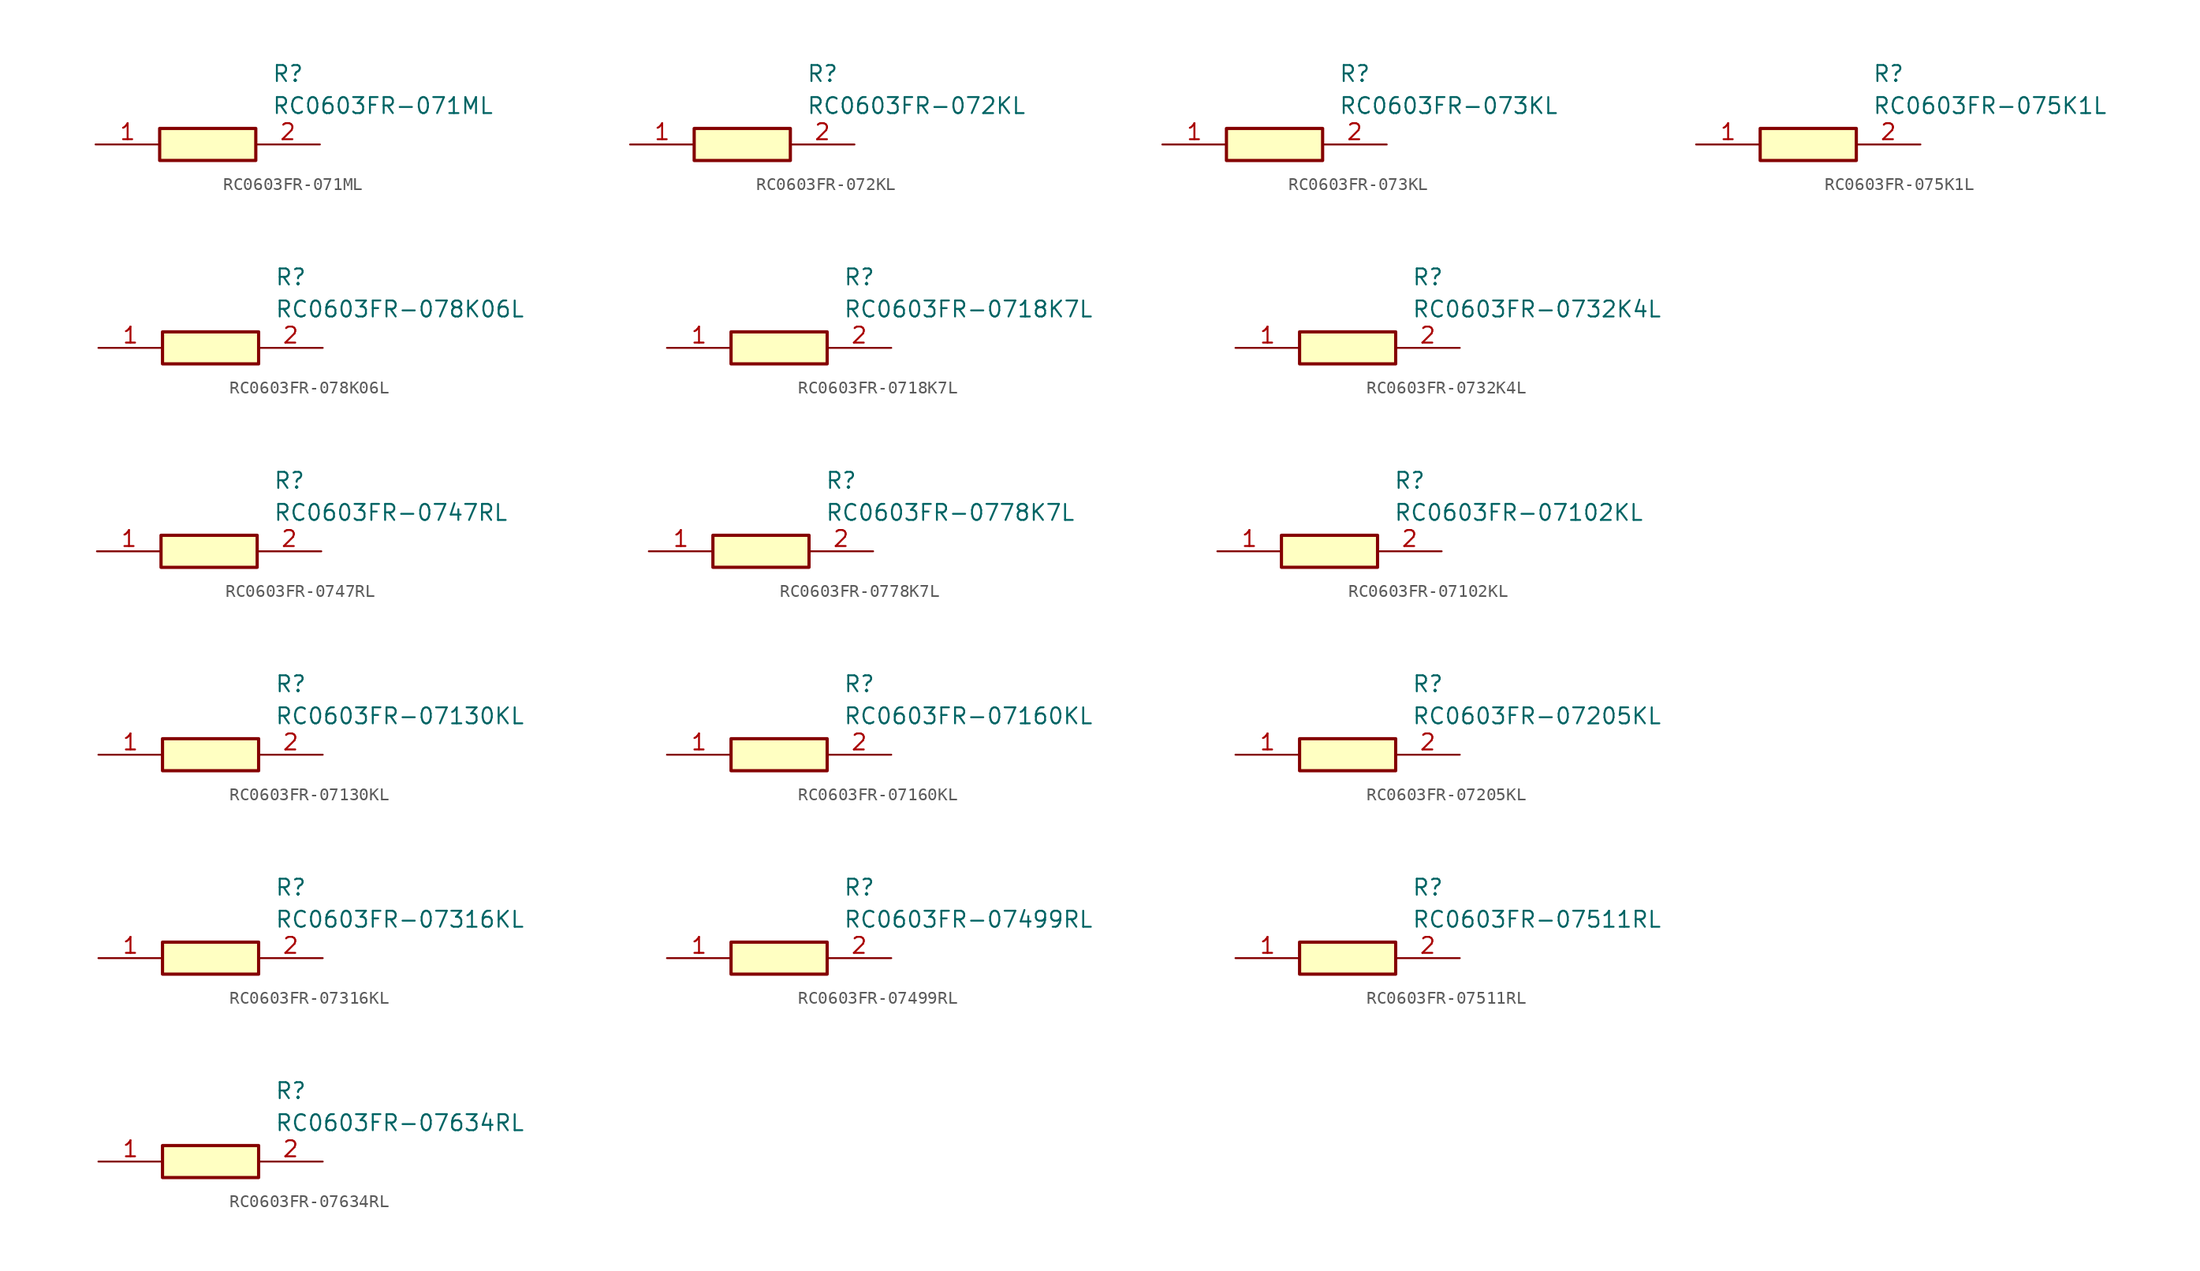
<source format=kicad_sym>
(kicad_symbol_lib
  (version 20231120)
  (generator "kicad_symbol_editor")
  (generator_version "8.0")
  (symbol "RC0603FR-071ML"
    (pin_names hide)
    (property "Reference" "R"
      (at 13.97 6.35 0)
      (effects (font (size 1.27 1.27)) (justify left top)))
    (property "Value" "RC0603FR-071ML"
      (at 13.97 3.81 0)
      (effects (font (size 1.27 1.27)) (justify left top)))
    (symbol "RC0603FR-071ML_1_1"
      (rectangle (start 5.08 1.27) (end 12.7 -1.27) (stroke (width 0.254) (type default)) (fill (type background)))
      (pin passive line (at 0 0 0) (length 5.08) (name "1" (effects (font (size 1.27 1.27)))) (number "1" (effects (font (size 1.27 1.27)))))
      (pin passive line (at 17.78 0 180) (length 5.08) (name "2" (effects (font (size 1.27 1.27)))) (number "2" (effects (font (size 1.27 1.27)))))))
  (symbol "RC0603FR-072KL"
    (pin_names hide)
    (property "Reference" "R"
      (at 13.97 6.35 0)
      (effects (font (size 1.27 1.27)) (justify left top)))
    (property "Value" "RC0603FR-072KL"
      (at 13.97 3.81 0)
      (effects (font (size 1.27 1.27)) (justify left top)))
    (symbol "RC0603FR-072KL_1_1"
      (rectangle (start 5.08 1.27) (end 12.7 -1.27) (stroke (width 0.254) (type default)) (fill (type background)))
      (pin passive line (at 0 0 0) (length 5.08) (name "1" (effects (font (size 1.27 1.27)))) (number "1" (effects (font (size 1.27 1.27)))))
      (pin passive line (at 17.78 0 180) (length 5.08) (name "2" (effects (font (size 1.27 1.27)))) (number "2" (effects (font (size 1.27 1.27)))))))
  (symbol "RC0603FR-073KL"
    (pin_names hide)
    (property "Reference" "R"
      (at 13.97 6.35 0)
      (effects (font (size 1.27 1.27)) (justify left top)))
    (property "Value" "RC0603FR-073KL"
      (at 13.97 3.81 0)
      (effects (font (size 1.27 1.27)) (justify left top)))
    (symbol "RC0603FR-073KL_1_1"
      (rectangle (start 5.08 1.27) (end 12.7 -1.27) (stroke (width 0.254) (type default)) (fill (type background)))
      (pin passive line (at 0 0 0) (length 5.08) (name "1" (effects (font (size 1.27 1.27)))) (number "1" (effects (font (size 1.27 1.27)))))
      (pin passive line (at 17.78 0 180) (length 5.08) (name "2" (effects (font (size 1.27 1.27)))) (number "2" (effects (font (size 1.27 1.27)))))))
  (symbol "RC0603FR-075K1L"
    (pin_names hide)
    (property "Reference" "R"
      (at 13.97 6.35 0)
      (effects (font (size 1.27 1.27)) (justify left top)))
    (property "Value" "RC0603FR-075K1L"
      (at 13.97 3.81 0)
      (effects (font (size 1.27 1.27)) (justify left top)))
    (symbol "RC0603FR-075K1L_1_1"
      (rectangle (start 5.08 1.27) (end 12.7 -1.27) (stroke (width 0.254) (type default)) (fill (type background)))
      (pin passive line (at 0 0 0) (length 5.08) (name "1" (effects (font (size 1.27 1.27)))) (number "1" (effects (font (size 1.27 1.27)))))
      (pin passive line (at 17.78 0 180) (length 5.08) (name "2" (effects (font (size 1.27 1.27)))) (number "2" (effects (font (size 1.27 1.27)))))))
  (symbol "RC0603FR-078K06L"
    (pin_names hide)
    (property "Reference" "R"
      (at 13.97 6.35 0)
      (effects (font (size 1.27 1.27)) (justify left top)))
    (property "Value" "RC0603FR-078K06L"
      (at 13.97 3.81 0)
      (effects (font (size 1.27 1.27)) (justify left top)))
    (symbol "RC0603FR-078K06L_1_1"
      (rectangle (start 5.08 1.27) (end 12.7 -1.27) (stroke (width 0.254) (type default)) (fill (type background)))
      (pin passive line (at 0 0 0) (length 5.08) (name "1" (effects (font (size 1.27 1.27)))) (number "1" (effects (font (size 1.27 1.27)))))
      (pin passive line (at 17.78 0 180) (length 5.08) (name "2" (effects (font (size 1.27 1.27)))) (number "2" (effects (font (size 1.27 1.27)))))))
  (symbol "RC0603FR-0718K7L"
    (pin_names hide)
    (property "Reference" "R"
      (at 13.97 6.35 0)
      (effects (font (size 1.27 1.27)) (justify left top)))
    (property "Value" "RC0603FR-0718K7L"
      (at 13.97 3.81 0)
      (effects (font (size 1.27 1.27)) (justify left top)))
    (symbol "RC0603FR-0718K7L_1_1"
      (rectangle (start 5.08 1.27) (end 12.7 -1.27) (stroke (width 0.254) (type default)) (fill (type background)))
      (pin passive line (at 0 0 0) (length 5.08) (name "1" (effects (font (size 1.27 1.27)))) (number "1" (effects (font (size 1.27 1.27)))))
      (pin passive line (at 17.78 0 180) (length 5.08) (name "2" (effects (font (size 1.27 1.27)))) (number "2" (effects (font (size 1.27 1.27)))))))
  (symbol "RC0603FR-0732K4L"
    (pin_names hide)
    (property "Reference" "R"
      (at 13.97 6.35 0)
      (effects (font (size 1.27 1.27)) (justify left top)))
    (property "Value" "RC0603FR-0732K4L"
      (at 13.97 3.81 0)
      (effects (font (size 1.27 1.27)) (justify left top)))
    (symbol "RC0603FR-0732K4L_1_1"
      (rectangle (start 5.08 1.27) (end 12.7 -1.27) (stroke (width 0.254) (type default)) (fill (type background)))
      (pin passive line (at 0 0 0) (length 5.08) (name "1" (effects (font (size 1.27 1.27)))) (number "1" (effects (font (size 1.27 1.27)))))
      (pin passive line (at 17.78 0 180) (length 5.08) (name "2" (effects (font (size 1.27 1.27)))) (number "2" (effects (font (size 1.27 1.27)))))))
  (symbol "RC0603FR-0747RL"
    (pin_names hide)
    (property "Reference" "R"
      (at 13.97 6.35 0)
      (effects (font (size 1.27 1.27)) (justify left top)))
    (property "Value" "RC0603FR-0747RL"
      (at 13.97 3.81 0)
      (effects (font (size 1.27 1.27)) (justify left top)))
    (symbol "RC0603FR-0747RL_1_1"
      (rectangle (start 5.08 1.27) (end 12.7 -1.27) (stroke (width 0.254) (type default)) (fill (type background)))
      (pin passive line (at 0 0 0) (length 5.08) (name "1" (effects (font (size 1.27 1.27)))) (number "1" (effects (font (size 1.27 1.27)))))
      (pin passive line (at 17.78 0 180) (length 5.08) (name "2" (effects (font (size 1.27 1.27)))) (number "2" (effects (font (size 1.27 1.27)))))))
  (symbol "RC0603FR-0778K7L"
    (pin_names hide)
    (property "Reference" "R"
      (at 13.97 6.35 0)
      (effects (font (size 1.27 1.27)) (justify left top)))
    (property "Value" "RC0603FR-0778K7L"
      (at 13.97 3.81 0)
      (effects (font (size 1.27 1.27)) (justify left top)))
    (symbol "RC0603FR-0778K7L_1_1"
      (rectangle (start 5.08 1.27) (end 12.7 -1.27) (stroke (width 0.254) (type default)) (fill (type background)))
      (pin passive line (at 0 0 0) (length 5.08) (name "1" (effects (font (size 1.27 1.27)))) (number "1" (effects (font (size 1.27 1.27)))))
      (pin passive line (at 17.78 0 180) (length 5.08) (name "2" (effects (font (size 1.27 1.27)))) (number "2" (effects (font (size 1.27 1.27)))))))
  (symbol "RC0603FR-07102KL"
    (pin_names hide)
    (property "Reference" "R"
      (at 13.97 6.35 0)
      (effects (font (size 1.27 1.27)) (justify left top)))
    (property "Value" "RC0603FR-07102KL"
      (at 13.97 3.81 0)
      (effects (font (size 1.27 1.27)) (justify left top)))
    (symbol "RC0603FR-07102KL_1_1"
      (rectangle (start 5.08 1.27) (end 12.7 -1.27) (stroke (width 0.254) (type default)) (fill (type background)))
      (pin passive line (at 0 0 0) (length 5.08) (name "1" (effects (font (size 1.27 1.27)))) (number "1" (effects (font (size 1.27 1.27)))))
      (pin passive line (at 17.78 0 180) (length 5.08) (name "2" (effects (font (size 1.27 1.27)))) (number "2" (effects (font (size 1.27 1.27)))))))
  (symbol "RC0603FR-07130KL"
    (pin_names hide)
    (property "Reference" "R"
      (at 13.97 6.35 0)
      (effects (font (size 1.27 1.27)) (justify left top)))
    (property "Value" "RC0603FR-07130KL"
      (at 13.97 3.81 0)
      (effects (font (size 1.27 1.27)) (justify left top)))
    (symbol "RC0603FR-07130KL_1_1"
      (rectangle (start 5.08 1.27) (end 12.7 -1.27) (stroke (width 0.254) (type default)) (fill (type background)))
      (pin passive line (at 0 0 0) (length 5.08) (name "1" (effects (font (size 1.27 1.27)))) (number "1" (effects (font (size 1.27 1.27)))))
      (pin passive line (at 17.78 0 180) (length 5.08) (name "2" (effects (font (size 1.27 1.27)))) (number "2" (effects (font (size 1.27 1.27)))))))
  (symbol "RC0603FR-07160KL"
    (pin_names hide)
    (property "Reference" "R"
      (at 13.97 6.35 0)
      (effects (font (size 1.27 1.27)) (justify left top)))
    (property "Value" "RC0603FR-07160KL"
      (at 13.97 3.81 0)
      (effects (font (size 1.27 1.27)) (justify left top)))
    (symbol "RC0603FR-07160KL_1_1"
      (rectangle (start 5.08 1.27) (end 12.7 -1.27) (stroke (width 0.254) (type default)) (fill (type background)))
      (pin passive line (at 0 0 0) (length 5.08) (name "1" (effects (font (size 1.27 1.27)))) (number "1" (effects (font (size 1.27 1.27)))))
      (pin passive line (at 17.78 0 180) (length 5.08) (name "2" (effects (font (size 1.27 1.27)))) (number "2" (effects (font (size 1.27 1.27)))))))
  (symbol "RC0603FR-07205KL"
    (pin_names hide)
    (property "Reference" "R"
      (at 13.97 6.35 0)
      (effects (font (size 1.27 1.27)) (justify left top)))
    (property "Value" "RC0603FR-07205KL"
      (at 13.97 3.81 0)
      (effects (font (size 1.27 1.27)) (justify left top)))
    (symbol "RC0603FR-07205KL_1_1"
      (rectangle (start 5.08 1.27) (end 12.7 -1.27) (stroke (width 0.254) (type default)) (fill (type background)))
      (pin passive line (at 0 0 0) (length 5.08) (name "1" (effects (font (size 1.27 1.27)))) (number "1" (effects (font (size 1.27 1.27)))))
      (pin passive line (at 17.78 0 180) (length 5.08) (name "2" (effects (font (size 1.27 1.27)))) (number "2" (effects (font (size 1.27 1.27)))))))
  (symbol "RC0603FR-07316KL"
    (pin_names hide)
    (property "Reference" "R"
      (at 13.97 6.35 0)
      (effects (font (size 1.27 1.27)) (justify left top)))
    (property "Value" "RC0603FR-07316KL"
      (at 13.97 3.81 0)
      (effects (font (size 1.27 1.27)) (justify left top)))
    (symbol "RC0603FR-07316KL_1_1"
      (rectangle (start 5.08 1.27) (end 12.7 -1.27) (stroke (width 0.254) (type default)) (fill (type background)))
      (pin passive line (at 0 0 0) (length 5.08) (name "1" (effects (font (size 1.27 1.27)))) (number "1" (effects (font (size 1.27 1.27)))))
      (pin passive line (at 17.78 0 180) (length 5.08) (name "2" (effects (font (size 1.27 1.27)))) (number "2" (effects (font (size 1.27 1.27)))))))
  (symbol "RC0603FR-07499RL"
    (pin_names hide)
    (property "Reference" "R"
      (at 13.97 6.35 0)
      (effects (font (size 1.27 1.27)) (justify left top)))
    (property "Value" "RC0603FR-07499RL"
      (at 13.97 3.81 0)
      (effects (font (size 1.27 1.27)) (justify left top)))
    (symbol "RC0603FR-07499RL_1_1"
      (rectangle (start 5.08 1.27) (end 12.7 -1.27) (stroke (width 0.254) (type default)) (fill (type background)))
      (pin passive line (at 0 0 0) (length 5.08) (name "1" (effects (font (size 1.27 1.27)))) (number "1" (effects (font (size 1.27 1.27)))))
      (pin passive line (at 17.78 0 180) (length 5.08) (name "2" (effects (font (size 1.27 1.27)))) (number "2" (effects (font (size 1.27 1.27)))))))
  (symbol "RC0603FR-07511RL"
    (pin_names hide)
    (property "Reference" "R"
      (at 13.97 6.35 0)
      (effects (font (size 1.27 1.27)) (justify left top)))
    (property "Value" "RC0603FR-07511RL"
      (at 13.97 3.81 0)
      (effects (font (size 1.27 1.27)) (justify left top)))
    (symbol "RC0603FR-07511RL_1_1"
      (rectangle (start 5.08 1.27) (end 12.7 -1.27) (stroke (width 0.254) (type default)) (fill (type background)))
      (pin passive line (at 0 0 0) (length 5.08) (name "1" (effects (font (size 1.27 1.27)))) (number "1" (effects (font (size 1.27 1.27)))))
      (pin passive line (at 17.78 0 180) (length 5.08) (name "2" (effects (font (size 1.27 1.27)))) (number "2" (effects (font (size 1.27 1.27)))))))
  (symbol "RC0603FR-07634RL"
    (pin_names hide)
    (property "Reference" "R"
      (at 13.97 6.35 0)
      (effects (font (size 1.27 1.27)) (justify left top)))
    (property "Value" "RC0603FR-07634RL"
      (at 13.97 3.81 0)
      (effects (font (size 1.27 1.27)) (justify left top)))
    (symbol "RC0603FR-07634RL_1_1"
      (rectangle (start 5.08 1.27) (end 12.7 -1.27) (stroke (width 0.254) (type default)) (fill (type background)))
      (pin passive line (at 0 0 0) (length 5.08) (name "1" (effects (font (size 1.27 1.27)))) (number "1" (effects (font (size 1.27 1.27)))))
      (pin passive line (at 17.78 0 180) (length 5.08) (name "2" (effects (font (size 1.27 1.27)))) (number "2" (effects (font (size 1.27 1.27))))))))
</source>
